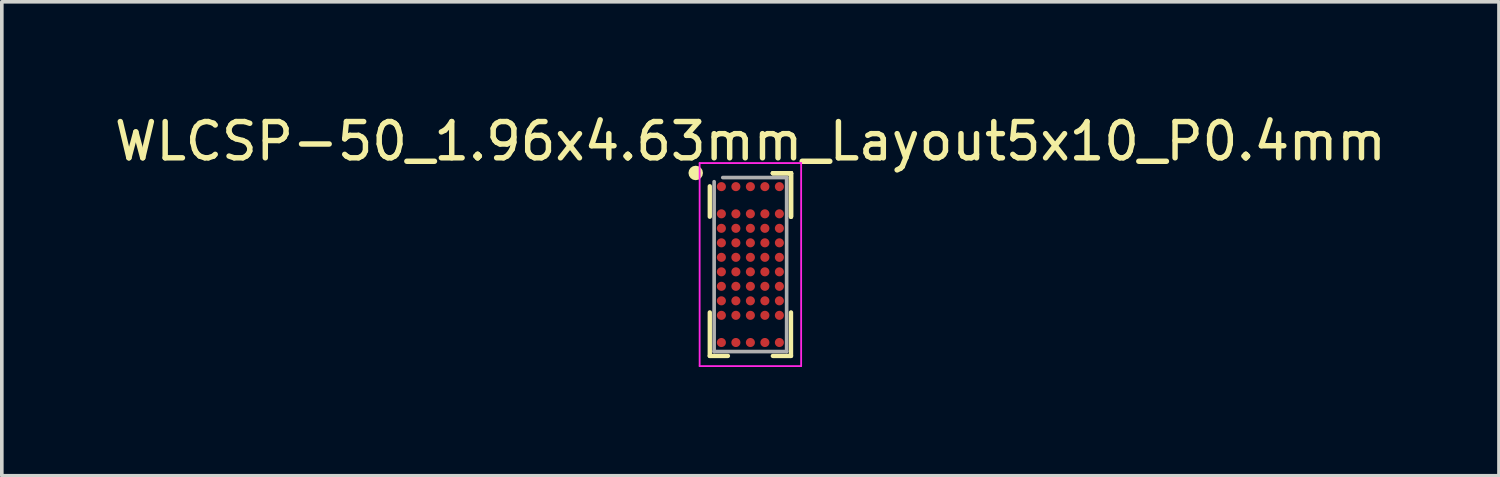
<source format=kicad_pcb>
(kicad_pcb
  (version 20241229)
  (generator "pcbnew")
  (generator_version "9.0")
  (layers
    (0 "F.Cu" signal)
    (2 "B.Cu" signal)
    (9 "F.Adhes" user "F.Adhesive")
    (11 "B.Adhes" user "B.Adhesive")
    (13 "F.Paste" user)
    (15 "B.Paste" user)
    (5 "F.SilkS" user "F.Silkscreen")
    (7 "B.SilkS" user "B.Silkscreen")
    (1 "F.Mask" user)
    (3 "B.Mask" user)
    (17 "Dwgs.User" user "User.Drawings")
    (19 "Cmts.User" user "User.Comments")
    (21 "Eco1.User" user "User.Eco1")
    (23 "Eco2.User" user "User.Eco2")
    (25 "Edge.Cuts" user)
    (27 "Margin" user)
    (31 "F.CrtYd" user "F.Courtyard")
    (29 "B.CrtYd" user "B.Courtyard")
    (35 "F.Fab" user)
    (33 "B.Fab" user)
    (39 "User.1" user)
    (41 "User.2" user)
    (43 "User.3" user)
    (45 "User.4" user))
  (footprint "WLCSP-50_1.96x4.63mm_Layout5x10_P0.4mm"
    (layer "F.Cu")
    (at 17.649 4.248)
    (property "Reference" "WLCSP-50_1.96x4.63mm_Layout5x10_P0.4mm" (at 0 -3.4 0) (layer "F.SilkS") (effects (font (size 1 1) (thickness 0.15))))
    (attr smd)
    (fp_line (start -1.12 -2.159) (end -1.12 -1.32) (stroke (width 0.12) (type solid)) (layer "F.SilkS"))
    (fp_line (start -1.12 2.52) (end -1.12 1.32) (stroke (width 0.12) (type solid)) (layer "F.SilkS"))
    (fp_line (start -0.62 2.52) (end -1.12 2.52) (stroke (width 0.12) (type solid)) (layer "F.SilkS"))
    (fp_line (start 0.62 -2.52) (end 1.12 -2.52) (stroke (width 0.12) (type solid)) (layer "F.SilkS"))
    (fp_line (start 0.62 -2.52) (end 1.12 -2.52) (stroke (width 0.12) (type solid)) (layer "F.SilkS"))
    (fp_line (start 0.62 -2.52) (end 1.12 -2.52) (stroke (width 0.12) (type solid)) (layer "F.SilkS"))
    (fp_line (start 0.62 2.52) (end 1.12 2.52) (stroke (width 0.12) (type solid)) (layer "F.SilkS"))
    (fp_line (start 1.12 -2.52) (end 1.12 -1.32) (stroke (width 0.12) (type solid)) (layer "F.SilkS"))
    (fp_line (start 1.12 -2.52) (end 1.12 -1.32) (stroke (width 0.12) (type solid)) (layer "F.SilkS"))
    (fp_line (start 1.12 -2.52) (end 1.12 -1.32) (stroke (width 0.12) (type solid)) (layer "F.SilkS"))
    (fp_line (start 1.12 2.52) (end 1.12 1.32) (stroke (width 0.12) (type solid)) (layer "F.SilkS"))
    (fp_circle (center -1.508 -2.527) (end -1.508 -2.427) (stroke (width 0.2) (type solid)) (fill no) (layer "F.SilkS"))
    (fp_line (start -1.4 -2.8) (end 1.4 -2.8) (stroke (width 0.05) (type solid)) (layer "F.CrtYd"))
    (fp_line (start -1.4 2.8) (end -1.4 -2.8) (stroke (width 0.05) (type solid)) (layer "F.CrtYd"))
    (fp_line (start 1.4 -2.8) (end 1.4 2.8) (stroke (width 0.05) (type solid)) (layer "F.CrtYd"))
    (fp_line (start 1.4 2.8) (end -1.4 2.8) (stroke (width 0.05) (type solid)) (layer "F.CrtYd"))
    (fp_line (start -1 -2.286) (end -1 2.4) (stroke (width 0.1) (type solid)) (layer "F.Fab"))
    (fp_line (start -1 2.4) (end 1 2.4) (stroke (width 0.1) (type solid)) (layer "F.Fab"))
    (fp_line (start 1 -2.4) (end -0.762 -2.4) (stroke (width 0.1) (type solid)) (layer "F.Fab"))
    (fp_line (start 1 2.4) (end 1 -2.4) (stroke (width 0.1) (type solid)) (layer "F.Fab"))
    (pad "A1" smd circle (at -0.8 -2.15) (size 0.25 0.25) (layers "F.Cu" "F.Mask" "F.Paste"))
    (pad "A2" smd circle (at -0.4 -2.15) (size 0.25 0.25) (layers "F.Cu" "F.Mask" "F.Paste"))
    (pad "A3" smd circle (at 0 -2.15) (size 0.25 0.25) (layers "F.Cu" "F.Mask" "F.Paste"))
    (pad "A4" smd circle (at 0.4 -2.15) (size 0.25 0.25) (layers "F.Cu" "F.Mask" "F.Paste"))
    (pad "A5" smd circle (at 0.8 -2.15) (size 0.25 0.25) (layers "F.Cu" "F.Mask" "F.Paste"))
    (pad "B1" smd circle (at -0.8 -1.4) (size 0.25 0.25) (layers "F.Cu" "F.Mask" "F.Paste"))
    (pad "B2" smd circle (at -0.4 -1.4) (size 0.25 0.25) (layers "F.Cu" "F.Mask" "F.Paste"))
    (pad "B3" smd circle (at 0 -1.4) (size 0.25 0.25) (layers "F.Cu" "F.Mask" "F.Paste"))
    (pad "B4" smd circle (at 0.4 -1.4) (size 0.25 0.25) (layers "F.Cu" "F.Mask" "F.Paste"))
    (pad "B5" smd circle (at 0.8 -1.4) (size 0.25 0.25) (layers "F.Cu" "F.Mask" "F.Paste"))
    (pad "C1" smd circle (at -0.8 -1) (size 0.25 0.25) (layers "F.Cu" "F.Mask" "F.Paste"))
    (pad "C2" smd circle (at -0.4 -1) (size 0.25 0.25) (layers "F.Cu" "F.Mask" "F.Paste"))
    (pad "C3" smd circle (at 0 -1) (size 0.25 0.25) (layers "F.Cu" "F.Mask" "F.Paste"))
    (pad "C4" smd circle (at 0.4 -1) (size 0.25 0.25) (layers "F.Cu" "F.Mask" "F.Paste"))
    (pad "C5" smd circle (at 0.8 -1) (size 0.25 0.25) (layers "F.Cu" "F.Mask" "F.Paste"))
    (pad "D1" smd circle (at -0.8 -0.6) (size 0.25 0.25) (layers "F.Cu" "F.Mask" "F.Paste"))
    (pad "D2" smd circle (at -0.4 -0.6) (size 0.25 0.25) (layers "F.Cu" "F.Mask" "F.Paste"))
    (pad "D3" smd circle (at 0 -0.6) (size 0.25 0.25) (layers "F.Cu" "F.Mask" "F.Paste"))
    (pad "D4" smd circle (at 0.4 -0.6) (size 0.25 0.25) (layers "F.Cu" "F.Mask" "F.Paste"))
    (pad "D5" smd circle (at 0.8 -0.6) (size 0.25 0.25) (layers "F.Cu" "F.Mask" "F.Paste"))
    (pad "E1" smd circle (at -0.8 -0.2) (size 0.25 0.25) (layers "F.Cu" "F.Mask" "F.Paste"))
    (pad "E2" smd circle (at -0.4 -0.2) (size 0.25 0.25) (layers "F.Cu" "F.Mask" "F.Paste"))
    (pad "E3" smd circle (at 0 -0.2) (size 0.25 0.25) (layers "F.Cu" "F.Mask" "F.Paste"))
    (pad "E4" smd circle (at 0.4 -0.2) (size 0.25 0.25) (layers "F.Cu" "F.Mask" "F.Paste"))
    (pad "E5" smd circle (at 0.8 -0.2) (size 0.25 0.25) (layers "F.Cu" "F.Mask" "F.Paste"))
    (pad "F1" smd circle (at -0.8 0.2) (size 0.25 0.25) (layers "F.Cu" "F.Mask" "F.Paste"))
    (pad "F2" smd circle (at -0.4 0.2) (size 0.25 0.25) (layers "F.Cu" "F.Mask" "F.Paste"))
    (pad "F3" smd circle (at 0 0.2) (size 0.25 0.25) (layers "F.Cu" "F.Mask" "F.Paste"))
    (pad "F4" smd circle (at 0.4 0.2) (size 0.25 0.25) (layers "F.Cu" "F.Mask" "F.Paste"))
    (pad "F5" smd circle (at 0.8 0.2) (size 0.25 0.25) (layers "F.Cu" "F.Mask" "F.Paste"))
    (pad "G1" smd circle (at -0.8 0.6) (size 0.25 0.25) (layers "F.Cu" "F.Mask" "F.Paste"))
    (pad "G2" smd circle (at -0.4 0.6) (size 0.25 0.25) (layers "F.Cu" "F.Mask" "F.Paste"))
    (pad "G3" smd circle (at 0 0.6) (size 0.25 0.25) (layers "F.Cu" "F.Mask" "F.Paste"))
    (pad "G4" smd circle (at 0.4 0.6) (size 0.25 0.25) (layers "F.Cu" "F.Mask" "F.Paste"))
    (pad "G5" smd circle (at 0.8 0.6) (size 0.25 0.25) (layers "F.Cu" "F.Mask" "F.Paste"))
    (pad "H1" smd circle (at -0.8 1) (size 0.25 0.25) (layers "F.Cu" "F.Mask" "F.Paste"))
    (pad "H2" smd circle (at -0.4 1) (size 0.25 0.25) (layers "F.Cu" "F.Mask" "F.Paste"))
    (pad "H3" smd circle (at 0 1) (size 0.25 0.25) (layers "F.Cu" "F.Mask" "F.Paste"))
    (pad "H4" smd circle (at 0.4 1) (size 0.25 0.25) (layers "F.Cu" "F.Mask" "F.Paste"))
    (pad "H5" smd circle (at 0.8 1) (size 0.25 0.25) (layers "F.Cu" "F.Mask" "F.Paste"))
    (pad "J1" smd circle (at -0.8 1.4) (size 0.25 0.25) (layers "F.Cu" "F.Mask" "F.Paste"))
    (pad "J2" smd circle (at -0.4 1.4) (size 0.25 0.25) (layers "F.Cu" "F.Mask" "F.Paste"))
    (pad "J3" smd circle (at 0 1.4) (size 0.25 0.25) (layers "F.Cu" "F.Mask" "F.Paste"))
    (pad "J4" smd circle (at 0.4 1.4) (size 0.25 0.25) (layers "F.Cu" "F.Mask" "F.Paste"))
    (pad "J5" smd circle (at 0.8 1.4) (size 0.25 0.25) (layers "F.Cu" "F.Mask" "F.Paste"))
    (pad "K1" smd circle (at -0.8 2.15) (size 0.25 0.25) (layers "F.Cu" "F.Mask" "F.Paste"))
    (pad "K2" smd circle (at -0.4 2.15) (size 0.25 0.25) (layers "F.Cu" "F.Mask" "F.Paste"))
    (pad "K3" smd circle (at 0 2.15) (size 0.25 0.25) (layers "F.Cu" "F.Mask" "F.Paste"))
    (pad "K4" smd circle (at 0.4 2.15) (size 0.25 0.25) (layers "F.Cu" "F.Mask" "F.Paste"))
    (pad "K5" smd circle (at 0.8 2.15) (size 0.25 0.25) (layers "F.Cu" "F.Mask" "F.Paste")))
  (gr_rect
    (start -3 -3)
    (end 38.298 10.073)
    (stroke (width 0.1) (type default))
    (fill no)
    (layer "Edge.Cuts")))
</source>
